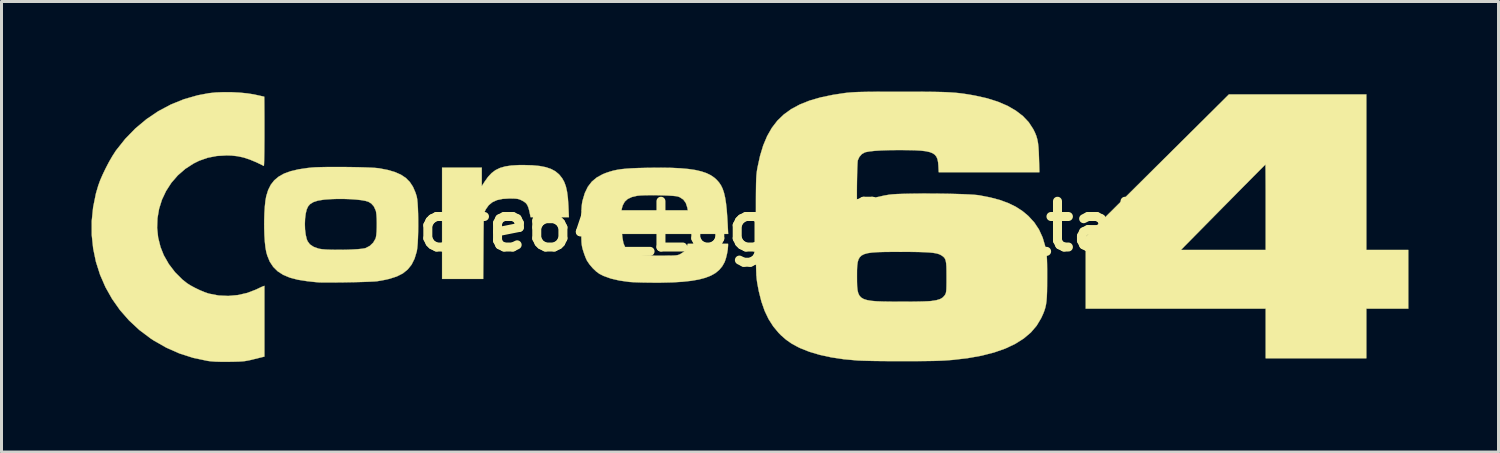
<source format=kicad_pcb>
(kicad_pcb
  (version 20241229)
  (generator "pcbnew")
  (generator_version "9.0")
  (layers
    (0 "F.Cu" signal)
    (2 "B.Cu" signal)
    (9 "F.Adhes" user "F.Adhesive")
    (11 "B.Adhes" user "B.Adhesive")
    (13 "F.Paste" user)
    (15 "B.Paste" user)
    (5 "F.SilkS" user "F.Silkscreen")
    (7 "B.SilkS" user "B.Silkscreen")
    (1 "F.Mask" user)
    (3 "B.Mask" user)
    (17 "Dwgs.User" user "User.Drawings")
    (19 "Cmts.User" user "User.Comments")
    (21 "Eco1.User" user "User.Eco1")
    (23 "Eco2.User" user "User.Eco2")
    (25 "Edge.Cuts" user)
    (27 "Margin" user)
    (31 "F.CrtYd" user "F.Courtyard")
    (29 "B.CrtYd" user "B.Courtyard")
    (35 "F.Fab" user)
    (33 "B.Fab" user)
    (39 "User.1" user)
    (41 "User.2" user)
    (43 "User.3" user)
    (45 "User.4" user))
  (footprint "Core64_Logo_9mm_tall"
    (layer "F.Cu")
    (at 22.521 4.488)
    (property "Reference" "Core64_Logo_9mm_tall" (at 0 0 0) (layer "F.SilkS") (effects (font (size 1.524 1.524) (thickness 0.3))))
    (attr through_hole)
    (fp_poly (pts (xy 19.939 0.787) (xy 21.336 0.787) (xy 21.336 2.743) (xy 19.939 2.743) (xy 19.939 4.394) (xy 16.586 4.394) (xy 16.586 2.743) (xy 10.592 2.743) (xy 10.592 0.787) (xy 13.762 0.787) (xy 16.586 0.787) (xy 16.586 -0.635) (xy 16.586 -0.899) (xy 16.586 -1.146) (xy 16.585 -1.374) (xy 16.584 -1.576) (xy 16.583 -1.749) (xy 16.582 -1.888) (xy 16.58 -1.988) (xy 16.579 -2.045) (xy 16.578 -2.057) (xy 16.559 -2.04) (xy 16.507 -1.989) (xy 16.425 -1.907) (xy 16.316 -1.797) (xy 16.181 -1.662) (xy 16.025 -1.504) (xy 15.849 -1.327) (xy 15.657 -1.133) (xy 15.451 -0.924) (xy 15.233 -0.703) (xy 15.165 -0.635) (xy 13.762 0.787) (xy 10.592 0.787) (xy 10.592 0.342) (xy 12.977 -2.026) (xy 15.363 -4.394) (xy 19.939 -4.394) (xy 19.939 0.787)) (stroke (width 0.01) (type solid)) (fill yes) (layer "F.SilkS"))
    (fp_poly (pts (xy -7.84 -2.032) (xy -7.596 -2.009) (xy -7.391 -1.969) (xy -7.22 -1.911) (xy -7.077 -1.835) (xy -6.959 -1.737) (xy -6.935 -1.712) (xy -6.847 -1.601) (xy -6.777 -1.476) (xy -6.723 -1.329) (xy -6.684 -1.153) (xy -6.656 -0.942) (xy -6.639 -0.688) (xy -6.638 -0.667) (xy -6.622 -0.305) (xy -7.26 -0.305) (xy -7.898 -0.305) (xy -7.912 -0.375) (xy -7.944 -0.527) (xy -7.977 -0.639) (xy -8.014 -0.72) (xy -8.063 -0.78) (xy -8.128 -0.828) (xy -8.193 -0.863) (xy -8.255 -0.892) (xy -8.316 -0.911) (xy -8.387 -0.921) (xy -8.483 -0.926) (xy -8.598 -0.927) (xy -8.827 -0.914) (xy -9.016 -0.874) (xy -9.17 -0.804) (xy -9.292 -0.704) (xy -9.387 -0.57) (xy -9.402 -0.54) (xy -9.417 -0.51) (xy -9.428 -0.48) (xy -9.438 -0.445) (xy -9.446 -0.401) (xy -9.452 -0.343) (xy -9.457 -0.265) (xy -9.46 -0.162) (xy -9.463 -0.029) (xy -9.465 0.138) (xy -9.467 0.344) (xy -9.469 0.595) (xy -9.469 0.667) (xy -9.477 1.753) (xy -10.846 1.753) (xy -10.846 -1.956) (xy -9.525 -1.956) (xy -9.525 -1.338) (xy -9.425 -1.493) (xy -9.313 -1.649) (xy -9.195 -1.775) (xy -9.066 -1.872) (xy -8.917 -1.944) (xy -8.743 -1.994) (xy -8.537 -2.025) (xy -8.292 -2.039) (xy -8.128 -2.04) (xy -7.84 -2.032)) (stroke (width 0.01) (type solid)) (fill yes) (layer "F.SilkS"))
    (fp_poly (pts (xy -17.863 -4.467) (xy -17.592 -4.453) (xy -17.337 -4.428) (xy -17.112 -4.393) (xy -17.069 -4.383) (xy -16.954 -4.358) (xy -16.86 -4.337) (xy -16.795 -4.323) (xy -16.77 -4.318) (xy -16.769 -4.294) (xy -16.768 -4.223) (xy -16.767 -4.112) (xy -16.766 -3.965) (xy -16.765 -3.788) (xy -16.764 -3.585) (xy -16.764 -3.361) (xy -16.764 -3.16) (xy -16.764 -2.924) (xy -16.766 -2.704) (xy -16.767 -2.505) (xy -16.77 -2.334) (xy -16.773 -2.194) (xy -16.776 -2.09) (xy -16.78 -2.028) (xy -16.783 -2.012) (xy -17.034 -2.134) (xy -17.256 -2.226) (xy -17.46 -2.293) (xy -17.657 -2.335) (xy -17.857 -2.357) (xy -18.023 -2.362) (xy -18.35 -2.343) (xy -18.651 -2.285) (xy -18.936 -2.185) (xy -19.123 -2.093) (xy -19.404 -1.911) (xy -19.652 -1.694) (xy -19.864 -1.449) (xy -20.039 -1.178) (xy -20.176 -0.889) (xy -20.272 -0.584) (xy -20.326 -0.268) (xy -20.338 0.053) (xy -20.304 0.374) (xy -20.224 0.692) (xy -20.116 0.963) (xy -19.948 1.258) (xy -19.74 1.53) (xy -19.499 1.771) (xy -19.341 1.896) (xy -19.226 1.969) (xy -19.08 2.048) (xy -18.92 2.125) (xy -18.762 2.191) (xy -18.625 2.239) (xy -18.604 2.244) (xy -18.292 2.304) (xy -17.97 2.319) (xy -17.648 2.29) (xy -17.336 2.219) (xy -17.043 2.107) (xy -16.991 2.082) (xy -16.912 2.044) (xy -16.842 2.012) (xy -16.827 2.006) (xy -16.764 1.982) (xy -16.764 4.339) (xy -17.101 4.422) (xy -17.222 4.452) (xy -17.324 4.473) (xy -17.417 4.489) (xy -17.514 4.499) (xy -17.626 4.505) (xy -17.766 4.509) (xy -17.932 4.512) (xy -18.187 4.513) (xy -18.395 4.507) (xy -18.564 4.494) (xy -18.656 4.482) (xy -19.135 4.381) (xy -19.59 4.236) (xy -20.025 4.045) (xy -20.444 3.807) (xy -20.551 3.737) (xy -20.93 3.453) (xy -21.271 3.136) (xy -21.574 2.791) (xy -21.836 2.42) (xy -22.058 2.026) (xy -22.238 1.613) (xy -22.375 1.183) (xy -22.467 0.741) (xy -22.515 0.288) (xy -22.516 -0.171) (xy -22.469 -0.633) (xy -22.375 -1.096) (xy -22.298 -1.358) (xy -22.236 -1.529) (xy -22.15 -1.726) (xy -22.049 -1.936) (xy -21.94 -2.145) (xy -21.829 -2.337) (xy -21.725 -2.499) (xy -21.706 -2.527) (xy -21.398 -2.914) (xy -21.06 -3.261) (xy -20.693 -3.568) (xy -20.3 -3.833) (xy -19.883 -4.055) (xy -19.444 -4.233) (xy -18.985 -4.364) (xy -18.613 -4.434) (xy -18.389 -4.458) (xy -18.133 -4.468) (xy -17.863 -4.467)) (stroke (width 0.01) (type solid)) (fill yes) (layer "F.SilkS"))
    (fp_poly (pts (xy -14.078 -1.975) (xy -13.849 -1.972) (xy -13.628 -1.968) (xy -13.423 -1.962) (xy -13.241 -1.955) (xy -13.091 -1.947) (xy -12.98 -1.937) (xy -12.941 -1.932) (xy -12.656 -1.877) (xy -12.416 -1.807) (xy -12.217 -1.719) (xy -12.053 -1.61) (xy -11.921 -1.476) (xy -11.815 -1.315) (xy -11.732 -1.122) (xy -11.691 -0.991) (xy -11.675 -0.902) (xy -11.662 -0.771) (xy -11.652 -0.607) (xy -11.645 -0.42) (xy -11.642 -0.217) (xy -11.641 -0.008) (xy -11.644 0.199) (xy -11.65 0.394) (xy -11.659 0.569) (xy -11.672 0.715) (xy -11.687 0.823) (xy -11.691 0.839) (xy -11.763 1.077) (xy -11.862 1.276) (xy -11.991 1.437) (xy -12.153 1.568) (xy -12.355 1.67) (xy -12.598 1.748) (xy -12.614 1.752) (xy -12.747 1.782) (xy -12.895 1.81) (xy -13.018 1.83) (xy -13.089 1.836) (xy -13.203 1.842) (xy -13.351 1.848) (xy -13.527 1.854) (xy -13.722 1.859) (xy -13.927 1.863) (xy -14.136 1.867) (xy -14.339 1.869) (xy -14.53 1.871) (xy -14.7 1.871) (xy -14.841 1.87) (xy -14.945 1.867) (xy -14.986 1.864) (xy -15.064 1.857) (xy -15.173 1.846) (xy -15.294 1.832) (xy -15.342 1.827) (xy -15.65 1.779) (xy -15.914 1.71) (xy -16.137 1.617) (xy -16.321 1.499) (xy -16.469 1.353) (xy -16.585 1.178) (xy -16.669 0.972) (xy -16.701 0.859) (xy -16.729 0.704) (xy -16.75 0.51) (xy -16.764 0.288) (xy -16.771 0.05) (xy -16.771 -0.076) (xy -15.417 -0.076) (xy -15.411 0.105) (xy -15.39 0.275) (xy -15.356 0.422) (xy -15.326 0.497) (xy -15.25 0.6) (xy -15.128 0.682) (xy -14.966 0.741) (xy -14.933 0.749) (xy -14.838 0.763) (xy -14.706 0.774) (xy -14.546 0.78) (xy -14.367 0.783) (xy -14.178 0.783) (xy -13.989 0.779) (xy -13.81 0.771) (xy -13.649 0.761) (xy -13.516 0.748) (xy -13.42 0.732) (xy -13.391 0.724) (xy -13.253 0.652) (xy -13.141 0.545) (xy -13.065 0.414) (xy -13.052 0.376) (xy -13.038 0.294) (xy -13.027 0.177) (xy -13.022 0.037) (xy -13.021 -0.111) (xy -13.024 -0.256) (xy -13.032 -0.384) (xy -13.045 -0.482) (xy -13.054 -0.521) (xy -13.117 -0.66) (xy -13.204 -0.759) (xy -13.299 -0.817) (xy -13.397 -0.847) (xy -13.536 -0.872) (xy -13.708 -0.891) (xy -13.903 -0.905) (xy -14.114 -0.912) (xy -14.331 -0.913) (xy -14.545 -0.906) (xy -14.746 -0.892) (xy -14.783 -0.888) (xy -14.979 -0.857) (xy -15.131 -0.808) (xy -15.243 -0.739) (xy -15.307 -0.667) (xy -15.355 -0.563) (xy -15.389 -0.422) (xy -15.41 -0.255) (xy -15.417 -0.076) (xy -16.771 -0.076) (xy -16.771 -0.195) (xy -16.764 -0.434) (xy -16.75 -0.656) (xy -16.73 -0.851) (xy -16.702 -1.007) (xy -16.701 -1.01) (xy -16.638 -1.212) (xy -16.55 -1.386) (xy -16.435 -1.533) (xy -16.289 -1.655) (xy -16.109 -1.756) (xy -15.891 -1.835) (xy -15.631 -1.897) (xy -15.328 -1.942) (xy -15.186 -1.957) (xy -15.072 -1.965) (xy -14.919 -1.97) (xy -14.735 -1.974) (xy -14.529 -1.976) (xy -14.307 -1.976) (xy -14.078 -1.975)) (stroke (width 0.01) (type solid)) (fill yes) (layer "F.SilkS"))
    (fp_poly (pts (xy -3.201 -1.947) (xy -2.897 -1.932) (xy -2.633 -1.908) (xy -2.405 -1.874) (xy -2.209 -1.828) (xy -2.042 -1.772) (xy -1.9 -1.703) (xy -1.78 -1.621) (xy -1.702 -1.551) (xy -1.623 -1.463) (xy -1.557 -1.365) (xy -1.502 -1.252) (xy -1.457 -1.119) (xy -1.42 -0.961) (xy -1.39 -0.771) (xy -1.365 -0.545) (xy -1.346 -0.278) (xy -1.333 -0.057) (xy -1.318 0.254) (xy -4.853 0.254) (xy -4.838 0.387) (xy -4.806 0.561) (xy -4.75 0.694) (xy -4.665 0.795) (xy -4.544 0.869) (xy -4.381 0.924) (xy -4.348 0.932) (xy -4.269 0.948) (xy -4.182 0.96) (xy -4.079 0.968) (xy -3.951 0.974) (xy -3.79 0.977) (xy -3.587 0.978) (xy -3.581 0.978) (xy -3.395 0.977) (xy -3.252 0.976) (xy -3.145 0.974) (xy -3.067 0.969) (xy -3.011 0.961) (xy -2.968 0.95) (xy -2.931 0.935) (xy -2.908 0.923) (xy -2.807 0.858) (xy -2.741 0.785) (xy -2.696 0.688) (xy -2.694 0.679) (xy -2.663 0.584) (xy -1.321 0.584) (xy -1.321 0.641) (xy -1.331 0.769) (xy -1.356 0.916) (xy -1.391 1.06) (xy -1.431 1.179) (xy -1.437 1.193) (xy -1.514 1.33) (xy -1.614 1.45) (xy -1.738 1.554) (xy -1.891 1.641) (xy -2.075 1.713) (xy -2.293 1.771) (xy -2.547 1.815) (xy -2.841 1.847) (xy -3.177 1.867) (xy -3.559 1.876) (xy -3.821 1.876) (xy -4.003 1.874) (xy -4.181 1.871) (xy -4.345 1.866) (xy -4.483 1.86) (xy -4.584 1.854) (xy -4.61 1.852) (xy -4.938 1.806) (xy -5.223 1.74) (xy -5.464 1.654) (xy -5.604 1.584) (xy -5.713 1.504) (xy -5.828 1.394) (xy -5.934 1.27) (xy -6.017 1.148) (xy -6.03 1.123) (xy -6.07 1.033) (xy -6.113 0.917) (xy -6.151 0.8) (xy -6.153 0.795) (xy -6.171 0.73) (xy -6.185 0.667) (xy -6.195 0.601) (xy -6.202 0.522) (xy -6.206 0.422) (xy -6.209 0.295) (xy -6.21 0.131) (xy -6.21 -0.038) (xy -6.209 -0.254) (xy -6.207 -0.426) (xy -6.203 -0.533) (xy -4.871 -0.533) (xy -2.661 -0.533) (xy -2.679 -0.628) (xy -2.728 -0.778) (xy -2.811 -0.891) (xy -2.931 -0.97) (xy -2.994 -0.993) (xy -3.058 -1.005) (xy -3.163 -1.015) (xy -3.3 -1.024) (xy -3.459 -1.03) (xy -3.631 -1.035) (xy -3.806 -1.037) (xy -3.974 -1.036) (xy -4.125 -1.033) (xy -4.251 -1.027) (xy -4.342 -1.018) (xy -4.344 -1.018) (xy -4.524 -0.976) (xy -4.663 -0.911) (xy -4.762 -0.821) (xy -4.828 -0.701) (xy -4.852 -0.621) (xy -4.871 -0.533) (xy -6.203 -0.533) (xy -6.202 -0.563) (xy -6.195 -0.671) (xy -6.185 -0.76) (xy -6.172 -0.835) (xy -6.166 -0.859) (xy -6.092 -1.108) (xy -5.991 -1.316) (xy -5.86 -1.487) (xy -5.696 -1.625) (xy -5.495 -1.735) (xy -5.389 -1.778) (xy -5.266 -1.819) (xy -5.145 -1.854) (xy -5.018 -1.881) (xy -4.879 -1.903) (xy -4.72 -1.919) (xy -4.534 -1.932) (xy -4.314 -1.941) (xy -4.054 -1.947) (xy -3.941 -1.949) (xy -3.547 -1.952) (xy -3.201 -1.947)) (stroke (width 0.01) (type solid)) (fill yes) (layer "F.SilkS"))
    (fp_poly (pts (xy 4.783 -4.483) (xy 5.089 -4.482) (xy 5.354 -4.48) (xy 5.584 -4.477) (xy 5.783 -4.473) (xy 5.958 -4.467) (xy 6.112 -4.458) (xy 6.252 -4.448) (xy 6.382 -4.435) (xy 6.508 -4.419) (xy 6.635 -4.4) (xy 6.768 -4.378) (xy 6.903 -4.354) (xy 7.303 -4.265) (xy 7.664 -4.151) (xy 7.985 -4.014) (xy 8.264 -3.853) (xy 8.501 -3.671) (xy 8.694 -3.467) (xy 8.841 -3.242) (xy 8.844 -3.237) (xy 8.902 -3.12) (xy 8.946 -3.012) (xy 8.978 -2.901) (xy 9.002 -2.778) (xy 9.018 -2.633) (xy 9.029 -2.455) (xy 9.035 -2.28) (xy 9.049 -1.803) (xy 5.696 -1.803) (xy 5.685 -2.015) (xy 5.675 -2.134) (xy 5.655 -2.233) (xy 5.621 -2.315) (xy 5.569 -2.382) (xy 5.494 -2.434) (xy 5.394 -2.473) (xy 5.263 -2.502) (xy 5.098 -2.521) (xy 4.895 -2.533) (xy 4.648 -2.538) (xy 4.369 -2.54) (xy 4.058 -2.537) (xy 3.79 -2.528) (xy 3.568 -2.514) (xy 3.392 -2.495) (xy 3.264 -2.471) (xy 3.236 -2.463) (xy 3.134 -2.405) (xy 3.051 -2.31) (xy 3 -2.197) (xy 2.994 -2.153) (xy 2.989 -2.069) (xy 2.984 -1.954) (xy 2.979 -1.814) (xy 2.976 -1.657) (xy 2.973 -1.492) (xy 2.971 -1.326) (xy 2.97 -1.167) (xy 2.97 -1.021) (xy 2.971 -0.898) (xy 2.974 -0.805) (xy 2.977 -0.749) (xy 2.981 -0.737) (xy 3.007 -0.746) (xy 3.067 -0.772) (xy 3.148 -0.808) (xy 3.155 -0.811) (xy 3.368 -0.894) (xy 3.618 -0.967) (xy 3.892 -1.027) (xy 4.058 -1.055) (xy 4.165 -1.066) (xy 4.315 -1.075) (xy 4.502 -1.081) (xy 4.719 -1.086) (xy 4.958 -1.09) (xy 5.213 -1.091) (xy 5.477 -1.09) (xy 5.743 -1.088) (xy 6.004 -1.084) (xy 6.253 -1.078) (xy 6.483 -1.071) (xy 6.687 -1.062) (xy 6.859 -1.052) (xy 6.991 -1.04) (xy 7.048 -1.032) (xy 7.413 -0.961) (xy 7.733 -0.876) (xy 8.015 -0.773) (xy 8.264 -0.651) (xy 8.486 -0.507) (xy 8.679 -0.346) (xy 8.877 -0.131) (xy 9.035 0.107) (xy 9.157 0.374) (xy 9.246 0.675) (xy 9.263 0.752) (xy 9.277 0.829) (xy 9.287 0.91) (xy 9.295 1.004) (xy 9.301 1.116) (xy 9.305 1.256) (xy 9.307 1.429) (xy 9.307 1.643) (xy 9.307 1.727) (xy 9.306 1.976) (xy 9.303 2.181) (xy 9.296 2.35) (xy 9.285 2.491) (xy 9.268 2.611) (xy 9.244 2.717) (xy 9.212 2.817) (xy 9.172 2.919) (xy 9.121 3.03) (xy 9.108 3.058) (xy 8.959 3.308) (xy 8.765 3.535) (xy 8.526 3.737) (xy 8.242 3.916) (xy 7.914 4.071) (xy 7.542 4.201) (xy 7.124 4.308) (xy 6.662 4.391) (xy 6.156 4.45) (xy 5.88 4.47) (xy 5.748 4.476) (xy 5.573 4.482) (xy 5.363 4.486) (xy 5.125 4.489) (xy 4.866 4.49) (xy 4.596 4.491) (xy 4.321 4.491) (xy 4.049 4.49) (xy 3.787 4.488) (xy 3.545 4.485) (xy 3.328 4.48) (xy 3.145 4.475) (xy 3.003 4.469) (xy 2.985 4.468) (xy 2.536 4.427) (xy 2.117 4.364) (xy 1.73 4.28) (xy 1.381 4.176) (xy 1.073 4.053) (xy 1.003 4.019) (xy 0.792 3.903) (xy 0.612 3.777) (xy 0.444 3.63) (xy 0.365 3.55) (xy 0.184 3.333) (xy 0.029 3.09) (xy -0.102 2.816) (xy -0.21 2.506) (xy -0.298 2.157) (xy -0.348 1.892) (xy -0.357 1.831) (xy -0.365 1.767) (xy -0.372 1.696) (xy -0.373 1.676) (xy 2.973 1.676) (xy 2.974 1.852) (xy 2.978 2.001) (xy 2.991 2.125) (xy 3.015 2.227) (xy 3.055 2.309) (xy 3.114 2.373) (xy 3.197 2.422) (xy 3.307 2.457) (xy 3.448 2.482) (xy 3.624 2.497) (xy 3.839 2.505) (xy 4.096 2.509) (xy 4.4 2.511) (xy 4.432 2.511) (xy 4.64 2.511) (xy 4.843 2.509) (xy 5.033 2.506) (xy 5.2 2.502) (xy 5.335 2.496) (xy 5.431 2.49) (xy 5.448 2.488) (xy 5.616 2.462) (xy 5.741 2.424) (xy 5.832 2.37) (xy 5.896 2.298) (xy 5.905 2.284) (xy 5.923 2.25) (xy 5.936 2.212) (xy 5.945 2.161) (xy 5.951 2.09) (xy 5.954 1.991) (xy 5.956 1.857) (xy 5.956 1.689) (xy 5.955 1.496) (xy 5.952 1.346) (xy 5.944 1.234) (xy 5.93 1.15) (xy 5.909 1.089) (xy 5.879 1.042) (xy 5.838 1.004) (xy 5.797 0.975) (xy 5.744 0.944) (xy 5.681 0.919) (xy 5.603 0.899) (xy 5.504 0.883) (xy 5.381 0.871) (xy 5.228 0.862) (xy 5.039 0.856) (xy 4.811 0.852) (xy 4.539 0.851) (xy 4.458 0.851) (xy 4.146 0.851) (xy 3.881 0.854) (xy 3.66 0.86) (xy 3.478 0.873) (xy 3.331 0.894) (xy 3.216 0.926) (xy 3.128 0.97) (xy 3.065 1.03) (xy 3.022 1.106) (xy 2.995 1.201) (xy 2.98 1.318) (xy 2.974 1.458) (xy 2.973 1.623) (xy 2.973 1.676) (xy -0.373 1.676) (xy -0.378 1.614) (xy -0.382 1.517) (xy -0.386 1.399) (xy -0.389 1.257) (xy -0.391 1.087) (xy -0.392 0.884) (xy -0.393 0.644) (xy -0.394 0.363) (xy -0.394 0.036) (xy -0.394 -0.025) (xy -0.394 -0.356) (xy -0.393 -0.639) (xy -0.393 -0.881) (xy -0.392 -1.085) (xy -0.39 -1.256) (xy -0.388 -1.398) (xy -0.385 -1.515) (xy -0.381 -1.612) (xy -0.376 -1.693) (xy -0.369 -1.763) (xy -0.362 -1.825) (xy -0.353 -1.885) (xy -0.342 -1.946) (xy -0.338 -1.968) (xy -0.254 -2.352) (xy -0.149 -2.697) (xy -0.019 -3.005) (xy 0.136 -3.277) (xy 0.32 -3.517) (xy 0.536 -3.725) (xy 0.785 -3.905) (xy 1.07 -4.058) (xy 1.394 -4.187) (xy 1.759 -4.293) (xy 2.168 -4.378) (xy 2.553 -4.437) (xy 2.634 -4.447) (xy 2.717 -4.455) (xy 2.807 -4.462) (xy 2.907 -4.468) (xy 3.024 -4.473) (xy 3.161 -4.476) (xy 3.324 -4.479) (xy 3.517 -4.481) (xy 3.746 -4.482) (xy 4.014 -4.483) (xy 4.326 -4.483) (xy 4.432 -4.483) (xy 4.783 -4.483)) (stroke (width 0.01) (type solid)) (fill yes) (layer "F.SilkS")))
  (gr_rect
    (start -3 -3)
    (end 46.862 12.006)
    (stroke (width 0.1) (type default))
    (fill no)
    (layer "Edge.Cuts")))
</source>
